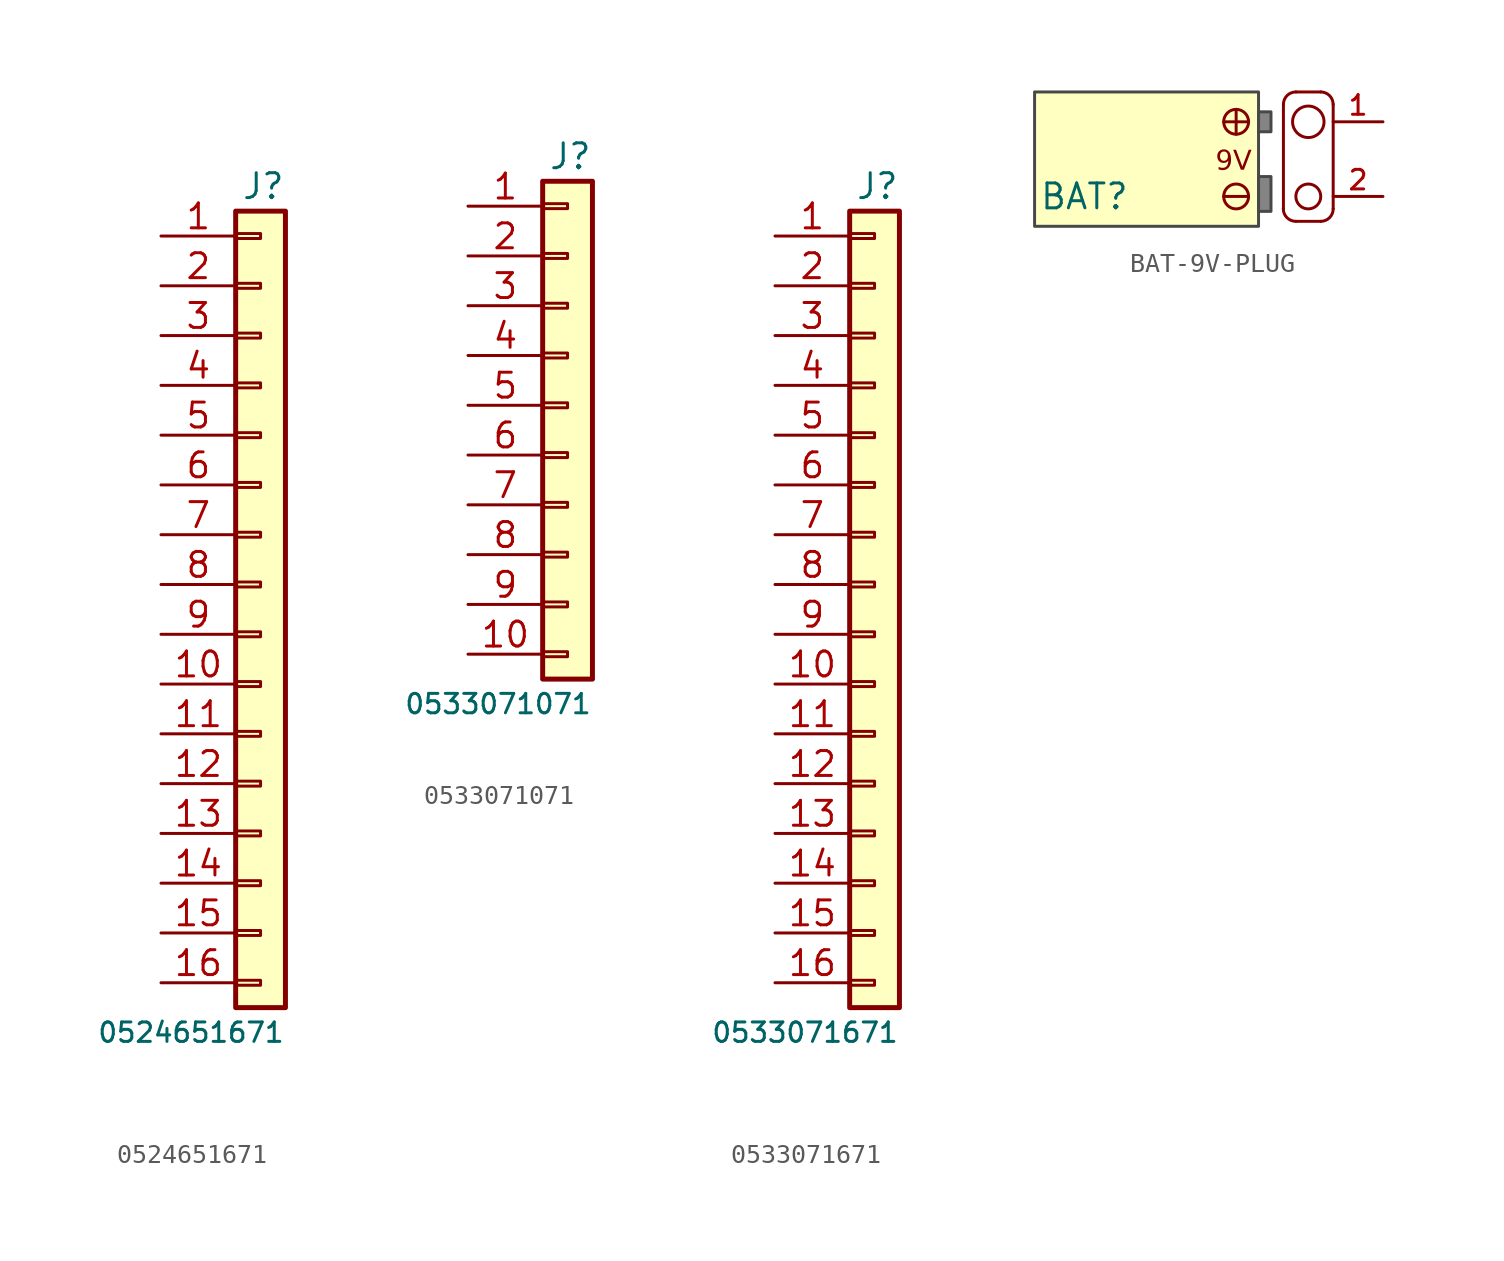
<source format=kicad_sym>
(kicad_symbol_lib
  (version 20241209)
  (generator "kicad_symbol_editor")
  (generator_version "9.0")
  (symbol "0524651671"
    (pin_names
      (offset 1.016)
      (hide yes))
    (property "Reference" "J"
      (at 2.54 2.54 0)
      (effects (font (size 1.27 1.27)) (justify right)))
    (property "Value" "0524651671"
      (at 2.54 -40.64 0)
      (effects (font (size 0.991 0.991)) (justify right)))
    (symbol "0524651671_1_1"
      (rectangle (start 0 1.27) (end 2.54 -39.37) (stroke (width 0.254) (type default)) (fill (type background)))
      (rectangle (start 0 0.127) (end 1.27 -0.127) (stroke (width 0.152) (type default)) (fill (type none)))
      (rectangle (start 0 -2.413) (end 1.27 -2.667) (stroke (width 0.152) (type default)) (fill (type none)))
      (rectangle (start 0 -4.953) (end 1.27 -5.207) (stroke (width 0.152) (type default)) (fill (type none)))
      (rectangle (start 0 -7.493) (end 1.27 -7.747) (stroke (width 0.152) (type default)) (fill (type none)))
      (rectangle (start 0 -10.033) (end 1.27 -10.287) (stroke (width 0.152) (type default)) (fill (type none)))
      (rectangle (start 0 -12.573) (end 1.27 -12.827) (stroke (width 0.152) (type default)) (fill (type none)))
      (rectangle (start 0 -15.113) (end 1.27 -15.367) (stroke (width 0.152) (type default)) (fill (type none)))
      (rectangle (start 0 -17.653) (end 1.27 -17.907) (stroke (width 0.152) (type default)) (fill (type none)))
      (rectangle (start 0 -20.193) (end 1.27 -20.447) (stroke (width 0.152) (type default)) (fill (type none)))
      (rectangle (start 0 -22.733) (end 1.27 -22.987) (stroke (width 0.152) (type default)) (fill (type none)))
      (rectangle (start 0 -25.273) (end 1.27 -25.527) (stroke (width 0.152) (type default)) (fill (type none)))
      (rectangle (start 0 -27.813) (end 1.27 -28.067) (stroke (width 0.152) (type default)) (fill (type none)))
      (rectangle (start 0 -30.353) (end 1.27 -30.607) (stroke (width 0.152) (type default)) (fill (type none)))
      (rectangle (start 0 -32.893) (end 1.27 -33.147) (stroke (width 0.152) (type default)) (fill (type none)))
      (rectangle (start 0 -35.433) (end 1.27 -35.687) (stroke (width 0.152) (type default)) (fill (type none)))
      (rectangle (start 0 -37.973) (end 1.27 -38.227) (stroke (width 0.152) (type default)) (fill (type none)))
      (pin passive line (at -3.81 0 0) (length 3.81) (name "Pin_1" (effects (font (size 1.27 1.27)))) (number "1" (effects (font (size 1.27 1.27)))))
      (pin passive line (at -3.81 -2.54 0) (length 3.81) (name "Pin_2" (effects (font (size 1.27 1.27)))) (number "2" (effects (font (size 1.27 1.27)))))
      (pin passive line (at -3.81 -5.08 0) (length 3.81) (name "Pin_3" (effects (font (size 1.27 1.27)))) (number "3" (effects (font (size 1.27 1.27)))))
      (pin passive line (at -3.81 -7.62 0) (length 3.81) (name "Pin_4" (effects (font (size 1.27 1.27)))) (number "4" (effects (font (size 1.27 1.27)))))
      (pin passive line (at -3.81 -10.16 0) (length 3.81) (name "Pin_5" (effects (font (size 1.27 1.27)))) (number "5" (effects (font (size 1.27 1.27)))))
      (pin passive line (at -3.81 -12.7 0) (length 3.81) (name "Pin_6" (effects (font (size 1.27 1.27)))) (number "6" (effects (font (size 1.27 1.27)))))
      (pin passive line (at -3.81 -15.24 0) (length 3.81) (name "Pin_7" (effects (font (size 1.27 1.27)))) (number "7" (effects (font (size 1.27 1.27)))))
      (pin passive line (at -3.81 -17.78 0) (length 3.81) (name "Pin_8" (effects (font (size 1.27 1.27)))) (number "8" (effects (font (size 1.27 1.27)))))
      (pin passive line (at -3.81 -20.32 0) (length 3.81) (name "Pin_9" (effects (font (size 1.27 1.27)))) (number "9" (effects (font (size 1.27 1.27)))))
      (pin passive line (at -3.81 -22.86 0) (length 3.81) (name "Pin_10" (effects (font (size 1.27 1.27)))) (number "10" (effects (font (size 1.27 1.27)))))
      (pin passive line (at -3.81 -25.4 0) (length 3.81) (name "Pin_11" (effects (font (size 1.27 1.27)))) (number "11" (effects (font (size 1.27 1.27)))))
      (pin passive line (at -3.81 -27.94 0) (length 3.81) (name "Pin_12" (effects (font (size 1.27 1.27)))) (number "12" (effects (font (size 1.27 1.27)))))
      (pin passive line (at -3.81 -30.48 0) (length 3.81) (name "Pin_13" (effects (font (size 1.27 1.27)))) (number "13" (effects (font (size 1.27 1.27)))))
      (pin passive line (at -3.81 -33.02 0) (length 3.81) (name "Pin_14" (effects (font (size 1.27 1.27)))) (number "14" (effects (font (size 1.27 1.27)))))
      (pin passive line (at -3.81 -35.56 0) (length 3.81) (name "Pin_15" (effects (font (size 1.27 1.27)))) (number "15" (effects (font (size 1.27 1.27)))))
      (pin passive line (at -3.81 -38.1 0) (length 3.81) (name "Pin_16" (effects (font (size 1.27 1.27)))) (number "16" (effects (font (size 1.27 1.27)))))))
  (symbol "0533071071"
    (pin_names
      (offset 1.016)
      (hide yes))
    (property "Reference" "J"
      (at 2.54 2.54 0)
      (effects (font (size 1.27 1.27)) (justify right)))
    (property "Value" "0533071071"
      (at 2.54 -25.4 0)
      (effects (font (size 0.991 0.991)) (justify right)))
    (symbol "0533071071_1_1"
      (rectangle (start 0 1.27) (end 2.54 -24.13) (stroke (width 0.254) (type default)) (fill (type background)))
      (rectangle (start 0 0.127) (end 1.27 -0.127) (stroke (width 0.152) (type default)) (fill (type none)))
      (rectangle (start 0 -2.413) (end 1.27 -2.667) (stroke (width 0.152) (type default)) (fill (type none)))
      (rectangle (start 0 -4.953) (end 1.27 -5.207) (stroke (width 0.152) (type default)) (fill (type none)))
      (rectangle (start 0 -7.493) (end 1.27 -7.747) (stroke (width 0.152) (type default)) (fill (type none)))
      (rectangle (start 0 -10.033) (end 1.27 -10.287) (stroke (width 0.152) (type default)) (fill (type none)))
      (rectangle (start 0 -12.573) (end 1.27 -12.827) (stroke (width 0.152) (type default)) (fill (type none)))
      (rectangle (start 0 -15.113) (end 1.27 -15.367) (stroke (width 0.152) (type default)) (fill (type none)))
      (rectangle (start 0 -17.653) (end 1.27 -17.907) (stroke (width 0.152) (type default)) (fill (type none)))
      (rectangle (start 0 -20.193) (end 1.27 -20.447) (stroke (width 0.152) (type default)) (fill (type none)))
      (rectangle (start 0 -22.733) (end 1.27 -22.987) (stroke (width 0.152) (type default)) (fill (type none)))
      (pin passive line (at -3.81 0 0) (length 3.81) (name "Pin_1" (effects (font (size 1.27 1.27)))) (number "1" (effects (font (size 1.27 1.27)))))
      (pin passive line (at -3.81 -2.54 0) (length 3.81) (name "Pin_2" (effects (font (size 1.27 1.27)))) (number "2" (effects (font (size 1.27 1.27)))))
      (pin passive line (at -3.81 -5.08 0) (length 3.81) (name "Pin_3" (effects (font (size 1.27 1.27)))) (number "3" (effects (font (size 1.27 1.27)))))
      (pin passive line (at -3.81 -7.62 0) (length 3.81) (name "Pin_4" (effects (font (size 1.27 1.27)))) (number "4" (effects (font (size 1.27 1.27)))))
      (pin passive line (at -3.81 -10.16 0) (length 3.81) (name "Pin_5" (effects (font (size 1.27 1.27)))) (number "5" (effects (font (size 1.27 1.27)))))
      (pin passive line (at -3.81 -12.7 0) (length 3.81) (name "Pin_6" (effects (font (size 1.27 1.27)))) (number "6" (effects (font (size 1.27 1.27)))))
      (pin passive line (at -3.81 -15.24 0) (length 3.81) (name "Pin_7" (effects (font (size 1.27 1.27)))) (number "7" (effects (font (size 1.27 1.27)))))
      (pin passive line (at -3.81 -17.78 0) (length 3.81) (name "Pin_8" (effects (font (size 1.27 1.27)))) (number "8" (effects (font (size 1.27 1.27)))))
      (pin passive line (at -3.81 -20.32 0) (length 3.81) (name "Pin_9" (effects (font (size 1.27 1.27)))) (number "9" (effects (font (size 1.27 1.27)))))
      (pin passive line (at -3.81 -22.86 0) (length 3.81) (name "Pin_10" (effects (font (size 1.27 1.27)))) (number "10" (effects (font (size 1.27 1.27)))))))
  (symbol "0533071671"
    (pin_names
      (offset 1.016)
      (hide yes))
    (property "Reference" "J"
      (at 2.54 2.54 0)
      (effects (font (size 1.27 1.27)) (justify right)))
    (property "Value" "0533071671"
      (at 2.54 -40.64 0)
      (effects (font (size 0.991 0.991)) (justify right)))
    (symbol "0533071671_1_1"
      (rectangle (start 0 1.27) (end 2.54 -39.37) (stroke (width 0.254) (type default)) (fill (type background)))
      (rectangle (start 0 0.127) (end 1.27 -0.127) (stroke (width 0.152) (type default)) (fill (type none)))
      (rectangle (start 0 -2.413) (end 1.27 -2.667) (stroke (width 0.152) (type default)) (fill (type none)))
      (rectangle (start 0 -4.953) (end 1.27 -5.207) (stroke (width 0.152) (type default)) (fill (type none)))
      (rectangle (start 0 -7.493) (end 1.27 -7.747) (stroke (width 0.152) (type default)) (fill (type none)))
      (rectangle (start 0 -10.033) (end 1.27 -10.287) (stroke (width 0.152) (type default)) (fill (type none)))
      (rectangle (start 0 -12.573) (end 1.27 -12.827) (stroke (width 0.152) (type default)) (fill (type none)))
      (rectangle (start 0 -15.113) (end 1.27 -15.367) (stroke (width 0.152) (type default)) (fill (type none)))
      (rectangle (start 0 -17.653) (end 1.27 -17.907) (stroke (width 0.152) (type default)) (fill (type none)))
      (rectangle (start 0 -20.193) (end 1.27 -20.447) (stroke (width 0.152) (type default)) (fill (type none)))
      (rectangle (start 0 -22.733) (end 1.27 -22.987) (stroke (width 0.152) (type default)) (fill (type none)))
      (rectangle (start 0 -25.273) (end 1.27 -25.527) (stroke (width 0.152) (type default)) (fill (type none)))
      (rectangle (start 0 -27.813) (end 1.27 -28.067) (stroke (width 0.152) (type default)) (fill (type none)))
      (rectangle (start 0 -30.353) (end 1.27 -30.607) (stroke (width 0.152) (type default)) (fill (type none)))
      (rectangle (start 0 -32.893) (end 1.27 -33.147) (stroke (width 0.152) (type default)) (fill (type none)))
      (rectangle (start 0 -35.433) (end 1.27 -35.687) (stroke (width 0.152) (type default)) (fill (type none)))
      (rectangle (start 0 -37.973) (end 1.27 -38.227) (stroke (width 0.152) (type default)) (fill (type none)))
      (pin passive line (at -3.81 0 0) (length 3.81) (name "Pin_1" (effects (font (size 1.27 1.27)))) (number "1" (effects (font (size 1.27 1.27)))))
      (pin passive line (at -3.81 -2.54 0) (length 3.81) (name "Pin_2" (effects (font (size 1.27 1.27)))) (number "2" (effects (font (size 1.27 1.27)))))
      (pin passive line (at -3.81 -5.08 0) (length 3.81) (name "Pin_3" (effects (font (size 1.27 1.27)))) (number "3" (effects (font (size 1.27 1.27)))))
      (pin passive line (at -3.81 -7.62 0) (length 3.81) (name "Pin_4" (effects (font (size 1.27 1.27)))) (number "4" (effects (font (size 1.27 1.27)))))
      (pin passive line (at -3.81 -10.16 0) (length 3.81) (name "Pin_5" (effects (font (size 1.27 1.27)))) (number "5" (effects (font (size 1.27 1.27)))))
      (pin passive line (at -3.81 -12.7 0) (length 3.81) (name "Pin_6" (effects (font (size 1.27 1.27)))) (number "6" (effects (font (size 1.27 1.27)))))
      (pin passive line (at -3.81 -15.24 0) (length 3.81) (name "Pin_7" (effects (font (size 1.27 1.27)))) (number "7" (effects (font (size 1.27 1.27)))))
      (pin passive line (at -3.81 -17.78 0) (length 3.81) (name "Pin_8" (effects (font (size 1.27 1.27)))) (number "8" (effects (font (size 1.27 1.27)))))
      (pin passive line (at -3.81 -20.32 0) (length 3.81) (name "Pin_9" (effects (font (size 1.27 1.27)))) (number "9" (effects (font (size 1.27 1.27)))))
      (pin passive line (at -3.81 -22.86 0) (length 3.81) (name "Pin_10" (effects (font (size 1.27 1.27)))) (number "10" (effects (font (size 1.27 1.27)))))
      (pin passive line (at -3.81 -25.4 0) (length 3.81) (name "Pin_11" (effects (font (size 1.27 1.27)))) (number "11" (effects (font (size 1.27 1.27)))))
      (pin passive line (at -3.81 -27.94 0) (length 3.81) (name "Pin_12" (effects (font (size 1.27 1.27)))) (number "12" (effects (font (size 1.27 1.27)))))
      (pin passive line (at -3.81 -30.48 0) (length 3.81) (name "Pin_13" (effects (font (size 1.27 1.27)))) (number "13" (effects (font (size 1.27 1.27)))))
      (pin passive line (at -3.81 -33.02 0) (length 3.81) (name "Pin_14" (effects (font (size 1.27 1.27)))) (number "14" (effects (font (size 1.27 1.27)))))
      (pin passive line (at -3.81 -35.56 0) (length 3.81) (name "Pin_15" (effects (font (size 1.27 1.27)))) (number "15" (effects (font (size 1.27 1.27)))))
      (pin passive line (at -3.81 -38.1 0) (length 3.81) (name "Pin_16" (effects (font (size 1.27 1.27)))) (number "16" (effects (font (size 1.27 1.27)))))))
  (symbol "BAT-9V-PLUG"
    (pin_names
      (hide yes))
    (property "Reference" "BAT"
      (at -11.43 -3.81 0)
      (effects (font (size 1.27 1.27))))
    (property "Value" ""
      (at 0 -5.334 0)
      (effects (font (size 1.27 1.27))))
    (symbol "BAT-9V-PLUG_1_1"
      (rectangle (start -13.97 1.524) (end -2.54 -5.334) (stroke (width 0) (type default) (color 72 72 72 1)) (fill (type background)))
      (polyline (pts (xy -4.318 0) (xy -3.048 0)) (stroke (width 0) (type default)) (fill (type none)))
      (polyline (pts (xy -4.318 -3.81) (xy -3.048 -3.81)) (stroke (width 0) (type default)) (fill (type none)))
      (polyline (pts (xy -3.683 0.635) (xy -3.683 -0.635)) (stroke (width 0) (type default)) (fill (type none)))
      (circle (center -3.683 0) (radius 0.635) (stroke (width 0) (type default)) (fill (type none)))
      (circle (center -3.683 -3.81) (radius 0.635) (stroke (width 0) (type default)) (fill (type none)))
      (rectangle (start -2.54 0.508) (end -1.905 -0.508) (stroke (width 0) (type default) (color 72 72 72 1)) (fill (type color) (color 132 132 132 1)))
      (rectangle (start -2.54 -2.794) (end -1.905 -4.572) (stroke (width 0) (type default) (color 72 72 72 1)) (fill (type color) (color 132 132 132 1)))
      (polyline (pts (xy -1.27 -4.445) (xy -1.27 0.889)) (stroke (width 0) (type default)) (fill (type none)))
      (polyline (pts (xy -0.635 1.524) (xy 0.635 1.524)) (stroke (width 0) (type default)) (fill (type none)))
      (arc (start -1.27 0.889) (mid -1.084 1.338) (end -0.635 1.524) (stroke (width 0) (type default)) (fill (type none)))
      (arc (start -0.635 -5.08) (mid -1.084 -4.894) (end -1.27 -4.445) (stroke (width 0) (type default)) (fill (type none)))
      (circle (center 0 0) (radius 0.803) (stroke (width 0) (type default)) (fill (type none)))
      (circle (center 0 -3.81) (radius 0.635) (stroke (width 0) (type default)) (fill (type none)))
      (arc (start 0.635 1.524) (mid 1.084 1.338) (end 1.27 0.889) (stroke (width 0) (type default)) (fill (type none)))
      (arc (start 1.27 -4.445) (mid 1.084 -4.894) (end 0.635 -5.08) (stroke (width 0) (type default)) (fill (type none)))
      (polyline (pts (xy 0.635 -5.08) (xy -0.635 -5.08)) (stroke (width 0) (type default)) (fill (type none)))
      (polyline (pts (xy 1.27 0.889) (xy 1.27 -4.445)) (stroke (width 0) (type default)) (fill (type none)))
      (text "9V" (at -3.81 -2.032 0) (effects (font (face "Arial") (size 1 1))))
      (pin power_out line (at 3.81 0 180) (length 2.54) (name "+9V" (effects (font (size 1 1)))) (number "1" (effects (font (size 1 1)))))
      (pin power_in line (at 3.81 -3.81 180) (length 2.54) (name "0V" (effects (font (size 1 1)))) (number "2" (effects (font (size 1 1))))))))
</source>
